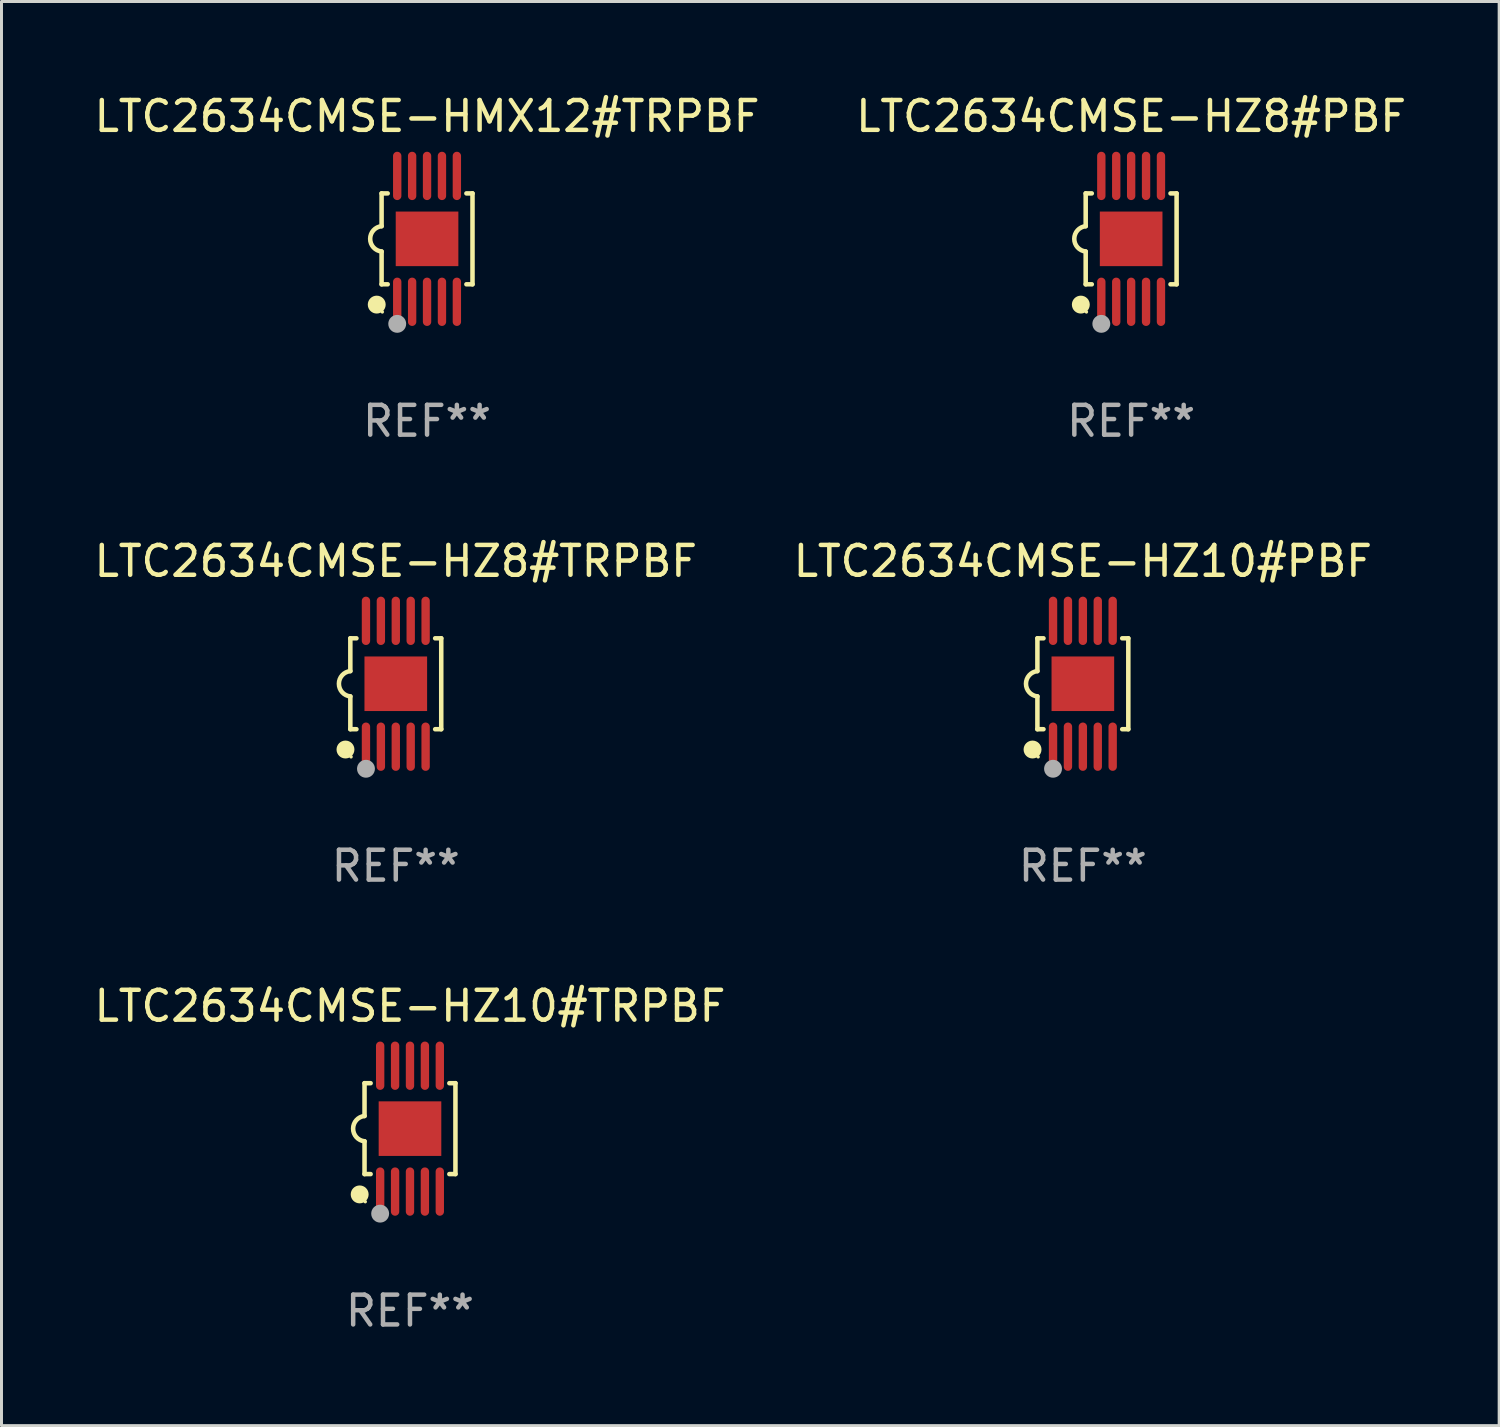
<source format=kicad_pcb>
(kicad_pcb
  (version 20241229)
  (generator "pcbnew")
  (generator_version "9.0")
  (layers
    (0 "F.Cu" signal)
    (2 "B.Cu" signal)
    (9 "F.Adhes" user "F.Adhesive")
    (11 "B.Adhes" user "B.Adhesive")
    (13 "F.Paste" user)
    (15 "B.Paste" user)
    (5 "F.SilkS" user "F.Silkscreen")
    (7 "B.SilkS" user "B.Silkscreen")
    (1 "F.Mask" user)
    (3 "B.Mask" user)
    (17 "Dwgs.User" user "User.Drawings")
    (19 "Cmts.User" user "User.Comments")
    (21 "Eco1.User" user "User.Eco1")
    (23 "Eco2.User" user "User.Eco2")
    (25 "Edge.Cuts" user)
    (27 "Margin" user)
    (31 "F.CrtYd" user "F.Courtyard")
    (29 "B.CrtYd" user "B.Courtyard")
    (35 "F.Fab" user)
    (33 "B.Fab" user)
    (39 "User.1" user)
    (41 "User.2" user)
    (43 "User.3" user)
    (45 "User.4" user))
  (footprint "LTC2634CMSE-HZ10#PBF"
    (layer "F.Cu")
    (at 33.256 19.875)
    (property "Reference" "LTC2634CMSE-HZ10#PBF" (at 0 -4.11 0) (layer "F.SilkS") (effects (font (size 1 1) (thickness 0.15))))
    (attr through_hole)
    (fp_line (start -1.524 -1.524) (end -1.524 -0.424) (stroke (width 0.152) (type solid)) (layer "F.SilkS"))
    (fp_line (start -1.524 1.524) (end -1.524 0.424) (stroke (width 0.152) (type solid)) (layer "F.SilkS"))
    (fp_line (start -1.524 1.524) (end -1.32 1.524) (stroke (width 0.152) (type solid)) (layer "F.SilkS"))
    (fp_line (start -1.32 -1.524) (end -1.524 -1.524) (stroke (width 0.152) (type solid)) (layer "F.SilkS"))
    (fp_line (start 1.32 1.524) (end 1.524 1.524) (stroke (width 0.152) (type solid)) (layer "F.SilkS"))
    (fp_line (start 1.524 -1.524) (end 1.32 -1.524) (stroke (width 0.152) (type solid)) (layer "F.SilkS"))
    (fp_line (start 1.524 1.524) (end 1.524 -1.524) (stroke (width 0.152) (type solid)) (layer "F.SilkS"))
    (fp_arc (start -1.524003 0.424003) (mid -1.906663 -0.000089) (end -1.524004 -0.424181) (stroke (width 0.151994) (type solid)) (layer "F.SilkS"))
    (fp_circle (center -1.687 2.205) (end -1.537 2.205) (stroke (width 0.3) (type solid)) (fill no) (layer "F.SilkS"))
    (fp_circle (center -1.5 2.45) (end -1.47 2.45) (stroke (width 0.06) (type solid)) (fill no) (layer "F.SilkS"))
    (fp_circle (center -1 2.85) (end -0.85 2.85) (stroke (width 0.3) (type solid)) (fill no) (layer "F.Fab"))
    (fp_text user "REF**" (at 0 6.11 0) (layer "F.Fab") (effects (font (size 1 1) (thickness 0.15))))
    (pad "1" smd oval (at -1 2.11) (size 0.28 1.62) (layers "F.Cu" "F.Mask" "F.Paste"))
    (pad "2" smd oval (at -0.5 2.11) (size 0.28 1.62) (layers "F.Cu" "F.Mask" "F.Paste"))
    (pad "3" smd oval (at 0 2.11) (size 0.28 1.62) (layers "F.Cu" "F.Mask" "F.Paste"))
    (pad "4" smd oval (at 0.5 2.11) (size 0.28 1.62) (layers "F.Cu" "F.Mask" "F.Paste"))
    (pad "5" smd oval (at 1 2.11) (size 0.28 1.62) (layers "F.Cu" "F.Mask" "F.Paste"))
    (pad "6" smd oval (at 1 -2.11) (size 0.28 1.62) (layers "F.Cu" "F.Mask" "F.Paste"))
    (pad "7" smd oval (at 0.5 -2.11) (size 0.28 1.62) (layers "F.Cu" "F.Mask" "F.Paste"))
    (pad "8" smd oval (at 0 -2.11) (size 0.28 1.62) (layers "F.Cu" "F.Mask" "F.Paste"))
    (pad "9" smd oval (at -0.5 -2.11) (size 0.28 1.62) (layers "F.Cu" "F.Mask" "F.Paste"))
    (pad "10" smd oval (at -1 -2.11) (size 0.28 1.62) (layers "F.Cu" "F.Mask" "F.Paste"))
    (pad "11" smd rect (at 0 0) (size 2.1 1.83) (layers "F.Cu" "F.Mask" "F.Paste")))
  (footprint "LTC2634CMSE-HZ10#TRPBF"
    (layer "F.Cu")
    (at 10.696 34.791)
    (property "Reference" "LTC2634CMSE-HZ10#TRPBF" (at 0 -4.11 0) (layer "F.SilkS") (effects (font (size 1 1) (thickness 0.15))))
    (attr through_hole)
    (fp_line (start -1.524 -1.524) (end -1.524 -0.424) (stroke (width 0.152) (type solid)) (layer "F.SilkS"))
    (fp_line (start -1.524 1.524) (end -1.524 0.424) (stroke (width 0.152) (type solid)) (layer "F.SilkS"))
    (fp_line (start -1.524 1.524) (end -1.32 1.524) (stroke (width 0.152) (type solid)) (layer "F.SilkS"))
    (fp_line (start -1.32 -1.524) (end -1.524 -1.524) (stroke (width 0.152) (type solid)) (layer "F.SilkS"))
    (fp_line (start 1.32 1.524) (end 1.524 1.524) (stroke (width 0.152) (type solid)) (layer "F.SilkS"))
    (fp_line (start 1.524 -1.524) (end 1.32 -1.524) (stroke (width 0.152) (type solid)) (layer "F.SilkS"))
    (fp_line (start 1.524 1.524) (end 1.524 -1.524) (stroke (width 0.152) (type solid)) (layer "F.SilkS"))
    (fp_arc (start -1.524003 0.424003) (mid -1.906663 -0.000089) (end -1.524004 -0.424181) (stroke (width 0.151994) (type solid)) (layer "F.SilkS"))
    (fp_circle (center -1.687 2.205) (end -1.537 2.205) (stroke (width 0.3) (type solid)) (fill no) (layer "F.SilkS"))
    (fp_circle (center -1.5 2.45) (end -1.47 2.45) (stroke (width 0.06) (type solid)) (fill no) (layer "F.SilkS"))
    (fp_circle (center -1 2.85) (end -0.85 2.85) (stroke (width 0.3) (type solid)) (fill no) (layer "F.Fab"))
    (fp_text user "REF**" (at 0 6.11 0) (layer "F.Fab") (effects (font (size 1 1) (thickness 0.15))))
    (pad "1" smd oval (at -1 2.11) (size 0.28 1.62) (layers "F.Cu" "F.Mask" "F.Paste"))
    (pad "2" smd oval (at -0.5 2.11) (size 0.28 1.62) (layers "F.Cu" "F.Mask" "F.Paste"))
    (pad "3" smd oval (at 0 2.11) (size 0.28 1.62) (layers "F.Cu" "F.Mask" "F.Paste"))
    (pad "4" smd oval (at 0.5 2.11) (size 0.28 1.62) (layers "F.Cu" "F.Mask" "F.Paste"))
    (pad "5" smd oval (at 1 2.11) (size 0.28 1.62) (layers "F.Cu" "F.Mask" "F.Paste"))
    (pad "6" smd oval (at 1 -2.11) (size 0.28 1.62) (layers "F.Cu" "F.Mask" "F.Paste"))
    (pad "7" smd oval (at 0.5 -2.11) (size 0.28 1.62) (layers "F.Cu" "F.Mask" "F.Paste"))
    (pad "8" smd oval (at 0 -2.11) (size 0.28 1.62) (layers "F.Cu" "F.Mask" "F.Paste"))
    (pad "9" smd oval (at -0.5 -2.11) (size 0.28 1.62) (layers "F.Cu" "F.Mask" "F.Paste"))
    (pad "10" smd oval (at -1 -2.11) (size 0.28 1.62) (layers "F.Cu" "F.Mask" "F.Paste"))
    (pad "11" smd rect (at 0 0) (size 2.1 1.83) (layers "F.Cu" "F.Mask" "F.Paste")))
  (footprint "LTC2634CMSE-HMX12#TRPBF"
    (layer "F.Cu")
    (at 11.268 4.958)
    (property "Reference" "LTC2634CMSE-HMX12#TRPBF" (at 0 -4.11 0) (layer "F.SilkS") (effects (font (size 1 1) (thickness 0.15))))
    (attr through_hole)
    (fp_line (start -1.524 -1.524) (end -1.524 -0.424) (stroke (width 0.152) (type solid)) (layer "F.SilkS"))
    (fp_line (start -1.524 1.524) (end -1.524 0.424) (stroke (width 0.152) (type solid)) (layer "F.SilkS"))
    (fp_line (start -1.524 1.524) (end -1.32 1.524) (stroke (width 0.152) (type solid)) (layer "F.SilkS"))
    (fp_line (start -1.32 -1.524) (end -1.524 -1.524) (stroke (width 0.152) (type solid)) (layer "F.SilkS"))
    (fp_line (start 1.32 1.524) (end 1.524 1.524) (stroke (width 0.152) (type solid)) (layer "F.SilkS"))
    (fp_line (start 1.524 -1.524) (end 1.32 -1.524) (stroke (width 0.152) (type solid)) (layer "F.SilkS"))
    (fp_line (start 1.524 1.524) (end 1.524 -1.524) (stroke (width 0.152) (type solid)) (layer "F.SilkS"))
    (fp_arc (start -1.524003 0.424003) (mid -1.906663 -0.000089) (end -1.524004 -0.424181) (stroke (width 0.151994) (type solid)) (layer "F.SilkS"))
    (fp_circle (center -1.687 2.205) (end -1.537 2.205) (stroke (width 0.3) (type solid)) (fill no) (layer "F.SilkS"))
    (fp_circle (center -1.5 2.45) (end -1.47 2.45) (stroke (width 0.06) (type solid)) (fill no) (layer "F.SilkS"))
    (fp_circle (center -1 2.85) (end -0.85 2.85) (stroke (width 0.3) (type solid)) (fill no) (layer "F.Fab"))
    (fp_text user "REF**" (at 0 6.11 0) (layer "F.Fab") (effects (font (size 1 1) (thickness 0.15))))
    (pad "1" smd oval (at -1 2.11) (size 0.28 1.62) (layers "F.Cu" "F.Mask" "F.Paste"))
    (pad "2" smd oval (at -0.5 2.11) (size 0.28 1.62) (layers "F.Cu" "F.Mask" "F.Paste"))
    (pad "3" smd oval (at 0 2.11) (size 0.28 1.62) (layers "F.Cu" "F.Mask" "F.Paste"))
    (pad "4" smd oval (at 0.5 2.11) (size 0.28 1.62) (layers "F.Cu" "F.Mask" "F.Paste"))
    (pad "5" smd oval (at 1 2.11) (size 0.28 1.62) (layers "F.Cu" "F.Mask" "F.Paste"))
    (pad "6" smd oval (at 1 -2.11) (size 0.28 1.62) (layers "F.Cu" "F.Mask" "F.Paste"))
    (pad "7" smd oval (at 0.5 -2.11) (size 0.28 1.62) (layers "F.Cu" "F.Mask" "F.Paste"))
    (pad "8" smd oval (at 0 -2.11) (size 0.28 1.62) (layers "F.Cu" "F.Mask" "F.Paste"))
    (pad "9" smd oval (at -0.5 -2.11) (size 0.28 1.62) (layers "F.Cu" "F.Mask" "F.Paste"))
    (pad "10" smd oval (at -1 -2.11) (size 0.28 1.62) (layers "F.Cu" "F.Mask" "F.Paste"))
    (pad "11" smd rect (at 0 0) (size 2.1 1.83) (layers "F.Cu" "F.Mask" "F.Paste")))
  (footprint "LTC2634CMSE-HZ8#TRPBF"
    (layer "F.Cu")
    (at 10.22 19.875)
    (property "Reference" "LTC2634CMSE-HZ8#TRPBF" (at 0 -4.11 0) (layer "F.SilkS") (effects (font (size 1 1) (thickness 0.15))))
    (attr through_hole)
    (fp_line (start -1.524 -1.524) (end -1.524 -0.424) (stroke (width 0.152) (type solid)) (layer "F.SilkS"))
    (fp_line (start -1.524 1.524) (end -1.524 0.424) (stroke (width 0.152) (type solid)) (layer "F.SilkS"))
    (fp_line (start -1.524 1.524) (end -1.32 1.524) (stroke (width 0.152) (type solid)) (layer "F.SilkS"))
    (fp_line (start -1.32 -1.524) (end -1.524 -1.524) (stroke (width 0.152) (type solid)) (layer "F.SilkS"))
    (fp_line (start 1.32 1.524) (end 1.524 1.524) (stroke (width 0.152) (type solid)) (layer "F.SilkS"))
    (fp_line (start 1.524 -1.524) (end 1.32 -1.524) (stroke (width 0.152) (type solid)) (layer "F.SilkS"))
    (fp_line (start 1.524 1.524) (end 1.524 -1.524) (stroke (width 0.152) (type solid)) (layer "F.SilkS"))
    (fp_arc (start -1.524003 0.424003) (mid -1.906663 -0.000089) (end -1.524004 -0.424181) (stroke (width 0.151994) (type solid)) (layer "F.SilkS"))
    (fp_circle (center -1.687 2.205) (end -1.537 2.205) (stroke (width 0.3) (type solid)) (fill no) (layer "F.SilkS"))
    (fp_circle (center -1.5 2.45) (end -1.47 2.45) (stroke (width 0.06) (type solid)) (fill no) (layer "F.SilkS"))
    (fp_circle (center -1 2.85) (end -0.85 2.85) (stroke (width 0.3) (type solid)) (fill no) (layer "F.Fab"))
    (fp_text user "REF**" (at 0 6.11 0) (layer "F.Fab") (effects (font (size 1 1) (thickness 0.15))))
    (pad "1" smd oval (at -1 2.11) (size 0.28 1.62) (layers "F.Cu" "F.Mask" "F.Paste"))
    (pad "2" smd oval (at -0.5 2.11) (size 0.28 1.62) (layers "F.Cu" "F.Mask" "F.Paste"))
    (pad "3" smd oval (at 0 2.11) (size 0.28 1.62) (layers "F.Cu" "F.Mask" "F.Paste"))
    (pad "4" smd oval (at 0.5 2.11) (size 0.28 1.62) (layers "F.Cu" "F.Mask" "F.Paste"))
    (pad "5" smd oval (at 1 2.11) (size 0.28 1.62) (layers "F.Cu" "F.Mask" "F.Paste"))
    (pad "6" smd oval (at 1 -2.11) (size 0.28 1.62) (layers "F.Cu" "F.Mask" "F.Paste"))
    (pad "7" smd oval (at 0.5 -2.11) (size 0.28 1.62) (layers "F.Cu" "F.Mask" "F.Paste"))
    (pad "8" smd oval (at 0 -2.11) (size 0.28 1.62) (layers "F.Cu" "F.Mask" "F.Paste"))
    (pad "9" smd oval (at -0.5 -2.11) (size 0.28 1.62) (layers "F.Cu" "F.Mask" "F.Paste"))
    (pad "10" smd oval (at -1 -2.11) (size 0.28 1.62) (layers "F.Cu" "F.Mask" "F.Paste"))
    (pad "11" smd rect (at 0 0) (size 2.1 1.83) (layers "F.Cu" "F.Mask" "F.Paste")))
  (footprint "LTC2634CMSE-HZ8#PBF"
    (layer "F.Cu")
    (at 34.875 4.958)
    (property "Reference" "LTC2634CMSE-HZ8#PBF" (at 0 -4.11 0) (layer "F.SilkS") (effects (font (size 1 1) (thickness 0.15))))
    (attr through_hole)
    (fp_line (start -1.524 -1.524) (end -1.524 -0.424) (stroke (width 0.152) (type solid)) (layer "F.SilkS"))
    (fp_line (start -1.524 1.524) (end -1.524 0.424) (stroke (width 0.152) (type solid)) (layer "F.SilkS"))
    (fp_line (start -1.524 1.524) (end -1.32 1.524) (stroke (width 0.152) (type solid)) (layer "F.SilkS"))
    (fp_line (start -1.32 -1.524) (end -1.524 -1.524) (stroke (width 0.152) (type solid)) (layer "F.SilkS"))
    (fp_line (start 1.32 1.524) (end 1.524 1.524) (stroke (width 0.152) (type solid)) (layer "F.SilkS"))
    (fp_line (start 1.524 -1.524) (end 1.32 -1.524) (stroke (width 0.152) (type solid)) (layer "F.SilkS"))
    (fp_line (start 1.524 1.524) (end 1.524 -1.524) (stroke (width 0.152) (type solid)) (layer "F.SilkS"))
    (fp_arc (start -1.524003 0.424003) (mid -1.906663 -0.000089) (end -1.524004 -0.424181) (stroke (width 0.151994) (type solid)) (layer "F.SilkS"))
    (fp_circle (center -1.687 2.205) (end -1.537 2.205) (stroke (width 0.3) (type solid)) (fill no) (layer "F.SilkS"))
    (fp_circle (center -1.5 2.45) (end -1.47 2.45) (stroke (width 0.06) (type solid)) (fill no) (layer "F.SilkS"))
    (fp_circle (center -1 2.85) (end -0.85 2.85) (stroke (width 0.3) (type solid)) (fill no) (layer "F.Fab"))
    (fp_text user "REF**" (at 0 6.11 0) (layer "F.Fab") (effects (font (size 1 1) (thickness 0.15))))
    (pad "1" smd oval (at -1 2.11) (size 0.28 1.62) (layers "F.Cu" "F.Mask" "F.Paste"))
    (pad "2" smd oval (at -0.5 2.11) (size 0.28 1.62) (layers "F.Cu" "F.Mask" "F.Paste"))
    (pad "3" smd oval (at 0 2.11) (size 0.28 1.62) (layers "F.Cu" "F.Mask" "F.Paste"))
    (pad "4" smd oval (at 0.5 2.11) (size 0.28 1.62) (layers "F.Cu" "F.Mask" "F.Paste"))
    (pad "5" smd oval (at 1 2.11) (size 0.28 1.62) (layers "F.Cu" "F.Mask" "F.Paste"))
    (pad "6" smd oval (at 1 -2.11) (size 0.28 1.62) (layers "F.Cu" "F.Mask" "F.Paste"))
    (pad "7" smd oval (at 0.5 -2.11) (size 0.28 1.62) (layers "F.Cu" "F.Mask" "F.Paste"))
    (pad "8" smd oval (at 0 -2.11) (size 0.28 1.62) (layers "F.Cu" "F.Mask" "F.Paste"))
    (pad "9" smd oval (at -0.5 -2.11) (size 0.28 1.62) (layers "F.Cu" "F.Mask" "F.Paste"))
    (pad "10" smd oval (at -1 -2.11) (size 0.28 1.62) (layers "F.Cu" "F.Mask" "F.Paste"))
    (pad "11" smd rect (at 0 0) (size 2.1 1.83) (layers "F.Cu" "F.Mask" "F.Paste")))
  (gr_rect
    (start -3 -3)
    (end 47.214 44.749)
    (stroke (width 0.1) (type default))
    (fill no)
    (layer "Edge.Cuts")))
</source>
